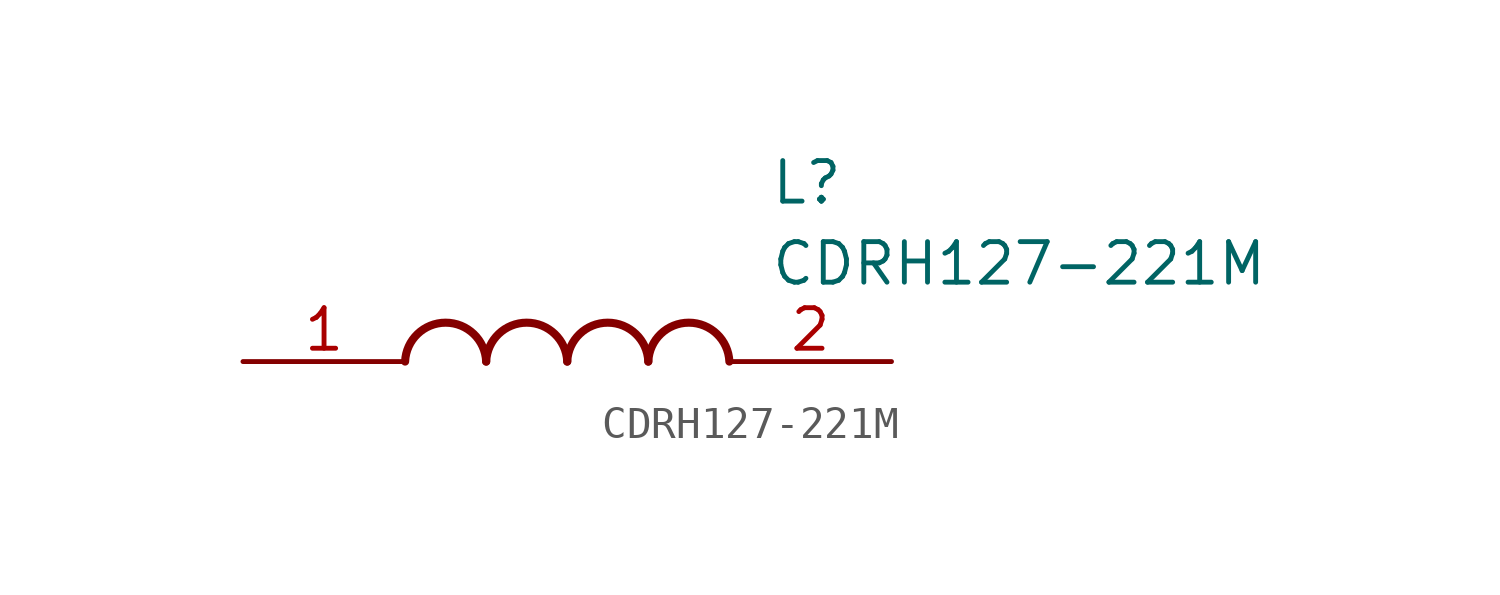
<source format=kicad_sym>
(kicad_symbol_lib
  (version 20211014)
  (generator SamacSys_ECAD_Model)
  (symbol "CDRH127-221M"
    (pin_names hide)
    (property "Reference" "L"
      (at 16.51 6.35 0)
      (effects (font (size 1.27 1.27)) (justify left top)))
    (property "Value" "CDRH127-221M"
      (at 16.51 3.81 0)
      (effects (font (size 1.27 1.27)) (justify left top)))
    (arc
      (start 7.62 0)
      (mid 6.35 1.219)
      (end 5.08 0)
      (stroke (width 0.254) (type default))
      (fill (type none)))
    (arc
      (start 10.16 0)
      (mid 8.89 1.219)
      (end 7.62 0)
      (stroke (width 0.254) (type default))
      (fill (type none)))
    (arc
      (start 12.7 0)
      (mid 11.43 1.219)
      (end 10.16 0)
      (stroke (width 0.254) (type default))
      (fill (type none)))
    (arc
      (start 15.24 0)
      (mid 13.97 1.219)
      (end 12.7 0)
      (stroke (width 0.254) (type default))
      (fill (type none)))
    (pin passive line
      (at 0 0 0)
      (length 5.08)
      (name "1" (effects (font (size 1.27 1.27))))
      (number "1" (effects (font (size 1.27 1.27)))))
    (pin passive line
      (at 20.32 0 180)
      (length 5.08)
      (name "2" (effects (font (size 1.27 1.27))))
      (number "2" (effects (font (size 1.27 1.27)))))))
</source>
